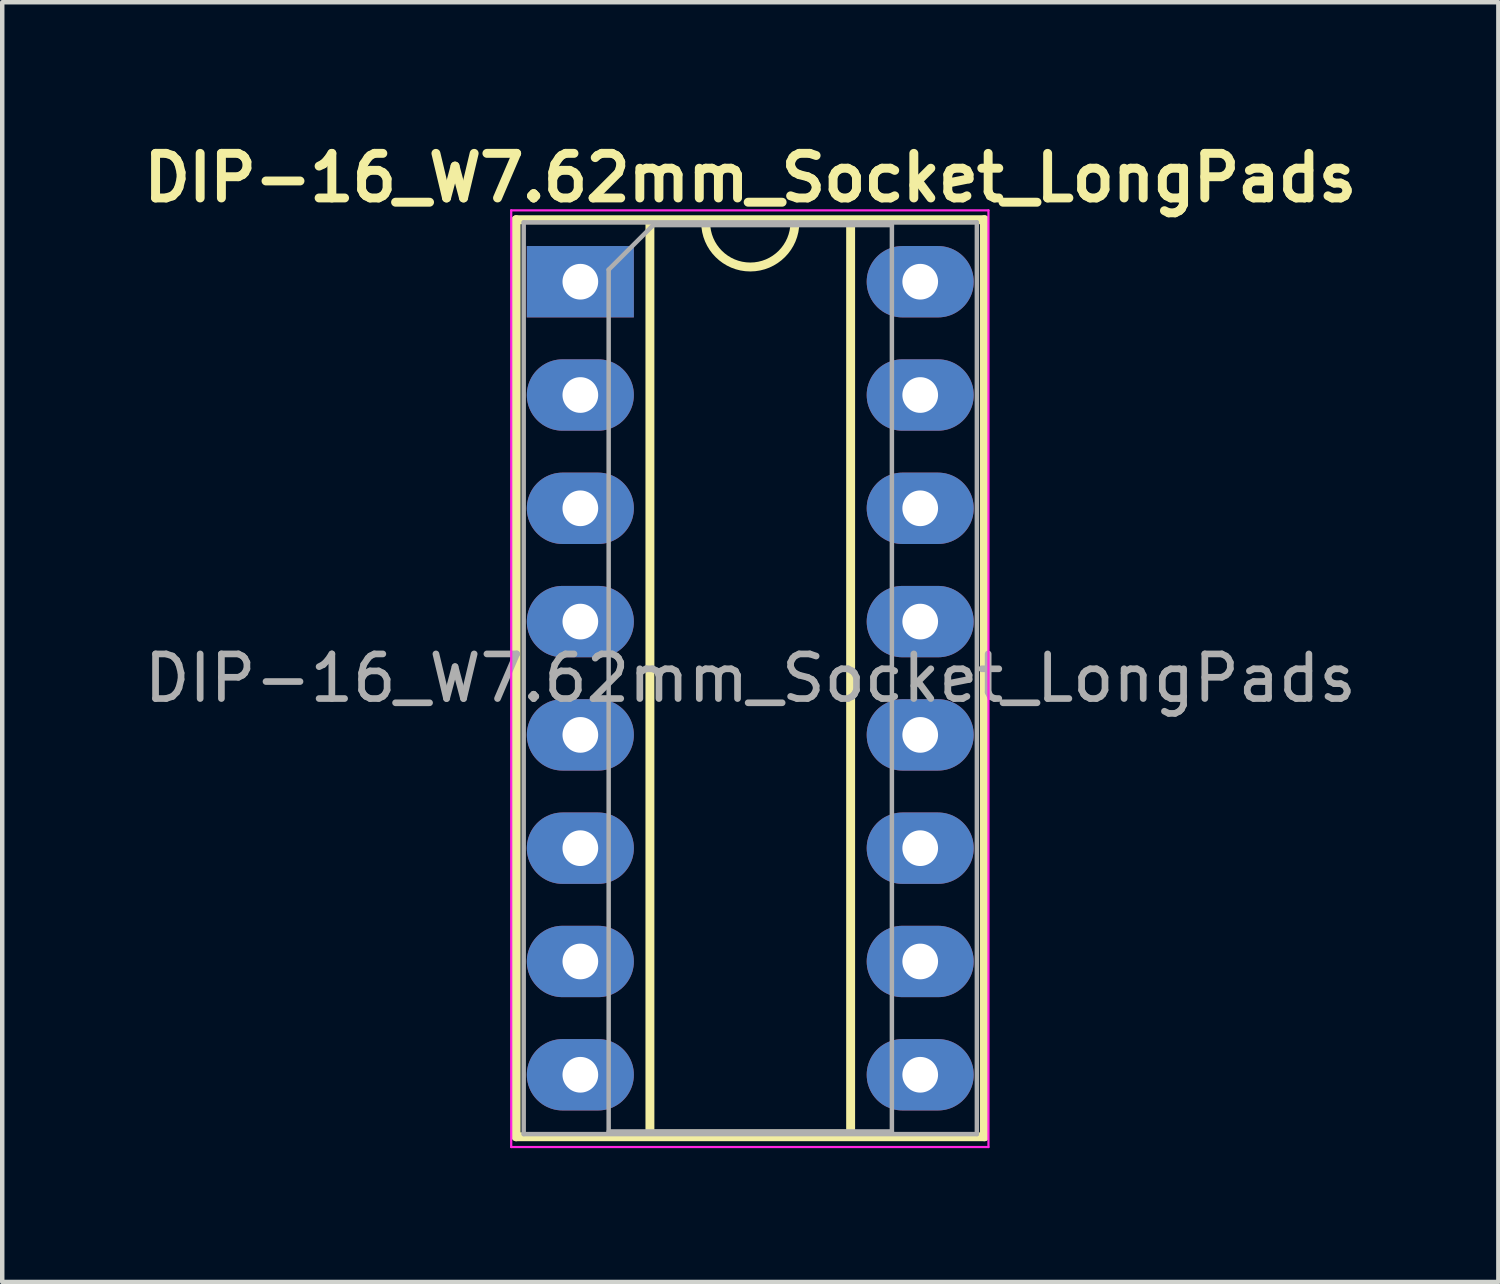
<source format=kicad_pcb>
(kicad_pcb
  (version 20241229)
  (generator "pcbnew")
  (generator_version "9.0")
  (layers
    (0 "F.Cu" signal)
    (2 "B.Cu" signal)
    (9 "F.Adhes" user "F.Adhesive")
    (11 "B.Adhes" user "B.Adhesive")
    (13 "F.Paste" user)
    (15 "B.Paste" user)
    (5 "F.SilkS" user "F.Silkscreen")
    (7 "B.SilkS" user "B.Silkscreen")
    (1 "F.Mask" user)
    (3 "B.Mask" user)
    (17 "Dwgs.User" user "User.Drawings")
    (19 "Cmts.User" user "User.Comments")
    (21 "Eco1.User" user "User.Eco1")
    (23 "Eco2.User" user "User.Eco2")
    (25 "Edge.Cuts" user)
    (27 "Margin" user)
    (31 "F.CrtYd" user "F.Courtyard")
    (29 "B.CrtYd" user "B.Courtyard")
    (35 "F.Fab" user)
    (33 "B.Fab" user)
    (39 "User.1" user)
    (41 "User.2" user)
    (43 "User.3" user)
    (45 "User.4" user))
  (footprint "DIP-16_W7.62mm_Socket_LongPads"
    (layer "F.Cu")
    (at 9.961 3.266)
    (property "Reference" "DIP-16_W7.62mm_Socket_LongPads" (at 3.81 -2.33 0) (layer "F.SilkS") (effects (font (size 1 1) (thickness 0.2))))
    (attr through_hole)
    (fp_line (start -1.44 -1.39) (end -1.44 19.17) (stroke (width 0.2) (type solid)) (layer "F.SilkS"))
    (fp_line (start -1.44 19.17) (end 9.06 19.17) (stroke (width 0.2) (type solid)) (layer "F.SilkS"))
    (fp_line (start 1.56 -1.33) (end 1.56 19.11) (stroke (width 0.2) (type solid)) (layer "F.SilkS"))
    (fp_line (start 1.56 19.11) (end 6.06 19.11) (stroke (width 0.2) (type solid)) (layer "F.SilkS"))
    (fp_line (start 2.81 -1.33) (end 1.56 -1.33) (stroke (width 0.2) (type solid)) (layer "F.SilkS"))
    (fp_line (start 6.06 -1.33) (end 4.81 -1.33) (stroke (width 0.2) (type solid)) (layer "F.SilkS"))
    (fp_line (start 6.06 19.11) (end 6.06 -1.33) (stroke (width 0.2) (type solid)) (layer "F.SilkS"))
    (fp_line (start 9.06 -1.39) (end -1.44 -1.39) (stroke (width 0.2) (type solid)) (layer "F.SilkS"))
    (fp_line (start 9.06 19.17) (end 9.06 -1.39) (stroke (width 0.2) (type solid)) (layer "F.SilkS"))
    (fp_arc (start 4.81 -1.33) (mid 3.81 -0.33) (end 2.81 -1.33) (stroke (width 0.2) (type solid)) (layer "F.SilkS"))
    (fp_line (start -1.55 -1.6) (end -1.55 19.4) (stroke (width 0.05) (type solid)) (layer "F.CrtYd"))
    (fp_line (start -1.55 19.4) (end 9.15 19.4) (stroke (width 0.05) (type solid)) (layer "F.CrtYd"))
    (fp_line (start 9.15 -1.6) (end -1.55 -1.6) (stroke (width 0.05) (type solid)) (layer "F.CrtYd"))
    (fp_line (start 9.15 19.4) (end 9.15 -1.6) (stroke (width 0.05) (type solid)) (layer "F.CrtYd"))
    (fp_line (start -1.27 -1.33) (end -1.27 19.11) (stroke (width 0.1) (type solid)) (layer "F.Fab"))
    (fp_line (start -1.27 19.11) (end 8.89 19.11) (stroke (width 0.1) (type solid)) (layer "F.Fab"))
    (fp_line (start 0.635 -0.27) (end 1.635 -1.27) (stroke (width 0.1) (type solid)) (layer "F.Fab"))
    (fp_line (start 0.635 19.05) (end 0.635 -0.27) (stroke (width 0.1) (type solid)) (layer "F.Fab"))
    (fp_line (start 1.635 -1.27) (end 6.985 -1.27) (stroke (width 0.1) (type solid)) (layer "F.Fab"))
    (fp_line (start 6.985 -1.27) (end 6.985 19.05) (stroke (width 0.1) (type solid)) (layer "F.Fab"))
    (fp_line (start 6.985 19.05) (end 0.635 19.05) (stroke (width 0.1) (type solid)) (layer "F.Fab"))
    (fp_line (start 8.89 -1.33) (end -1.27 -1.33) (stroke (width 0.1) (type solid)) (layer "F.Fab"))
    (fp_line (start 8.89 19.11) (end 8.89 -1.33) (stroke (width 0.1) (type solid)) (layer "F.Fab"))
    (fp_text user "${REFERENCE}" (at 3.81 8.89 0) (layer "F.Fab") (effects (font (size 1 1) (thickness 0.15))))
    (pad "1" thru_hole rect (at 0 0) (size 2.4 1.6) (drill 0.8) (layers "*.Cu" "*.Mask"))
    (pad "2" thru_hole oval (at 0 2.54) (size 2.4 1.6) (drill 0.8) (layers "*.Cu" "*.Mask"))
    (pad "3" thru_hole oval (at 0 5.08) (size 2.4 1.6) (drill 0.8) (layers "*.Cu" "*.Mask"))
    (pad "4" thru_hole oval (at 0 7.62) (size 2.4 1.6) (drill 0.8) (layers "*.Cu" "*.Mask"))
    (pad "5" thru_hole oval (at 0 10.16) (size 2.4 1.6) (drill 0.8) (layers "*.Cu" "*.Mask"))
    (pad "6" thru_hole oval (at 0 12.7) (size 2.4 1.6) (drill 0.8) (layers "*.Cu" "*.Mask"))
    (pad "7" thru_hole oval (at 0 15.24) (size 2.4 1.6) (drill 0.8) (layers "*.Cu" "*.Mask"))
    (pad "8" thru_hole oval (at 0 17.78) (size 2.4 1.6) (drill 0.8) (layers "*.Cu" "*.Mask"))
    (pad "9" thru_hole oval (at 7.62 17.78) (size 2.4 1.6) (drill 0.8) (layers "*.Cu" "*.Mask"))
    (pad "10" thru_hole oval (at 7.62 15.24) (size 2.4 1.6) (drill 0.8) (layers "*.Cu" "*.Mask"))
    (pad "11" thru_hole oval (at 7.62 12.7) (size 2.4 1.6) (drill 0.8) (layers "*.Cu" "*.Mask"))
    (pad "12" thru_hole oval (at 7.62 10.16) (size 2.4 1.6) (drill 0.8) (layers "*.Cu" "*.Mask"))
    (pad "13" thru_hole oval (at 7.62 7.62) (size 2.4 1.6) (drill 0.8) (layers "*.Cu" "*.Mask"))
    (pad "14" thru_hole oval (at 7.62 5.08) (size 2.4 1.6) (drill 0.8) (layers "*.Cu" "*.Mask"))
    (pad "15" thru_hole oval (at 7.62 2.54) (size 2.4 1.6) (drill 0.8) (layers "*.Cu" "*.Mask"))
    (pad "16" thru_hole oval (at 7.62 0) (size 2.4 1.6) (drill 0.8) (layers "*.Cu" "*.Mask")))
  (gr_rect
    (start -3 -3)
    (end 30.543 25.691)
    (stroke (width 0.1) (type default))
    (fill no)
    (layer "Edge.Cuts")))
</source>
